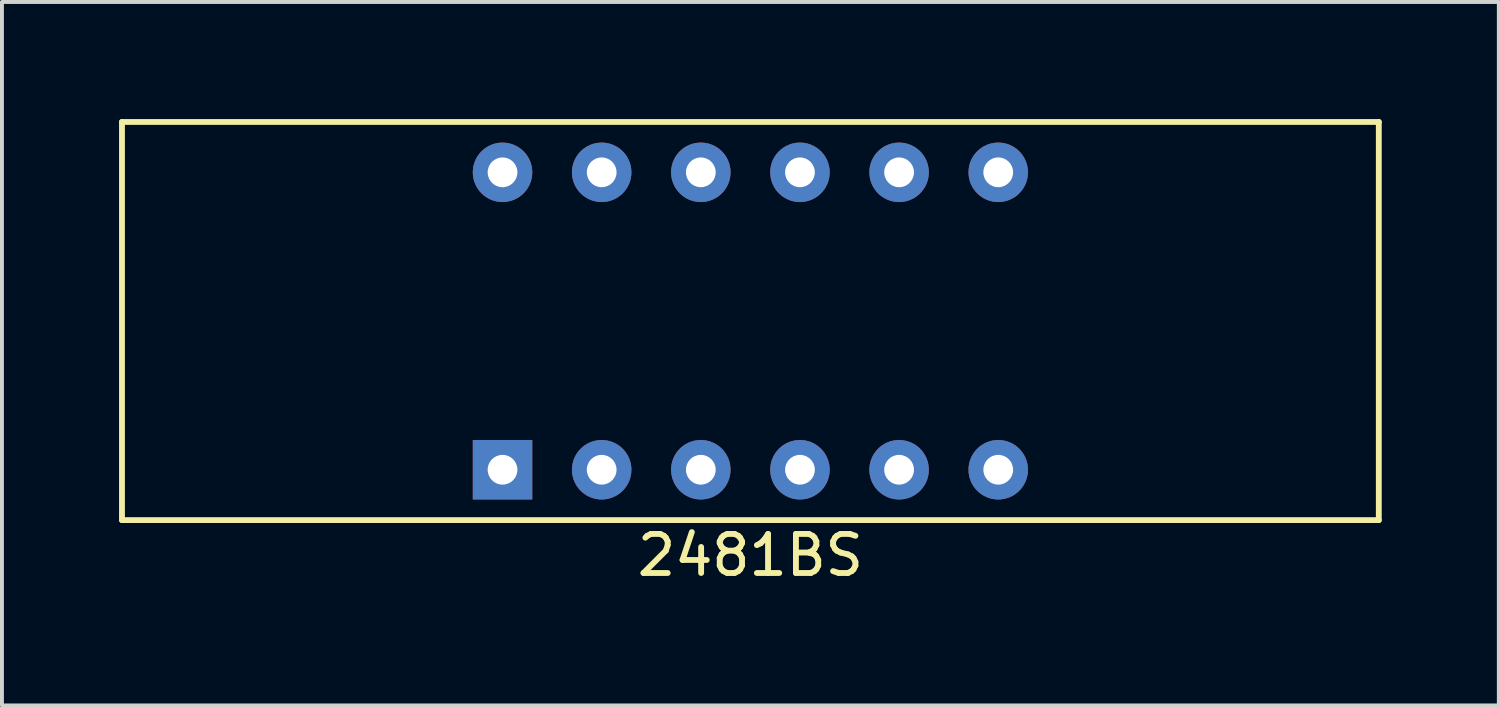
<source format=kicad_pcb>
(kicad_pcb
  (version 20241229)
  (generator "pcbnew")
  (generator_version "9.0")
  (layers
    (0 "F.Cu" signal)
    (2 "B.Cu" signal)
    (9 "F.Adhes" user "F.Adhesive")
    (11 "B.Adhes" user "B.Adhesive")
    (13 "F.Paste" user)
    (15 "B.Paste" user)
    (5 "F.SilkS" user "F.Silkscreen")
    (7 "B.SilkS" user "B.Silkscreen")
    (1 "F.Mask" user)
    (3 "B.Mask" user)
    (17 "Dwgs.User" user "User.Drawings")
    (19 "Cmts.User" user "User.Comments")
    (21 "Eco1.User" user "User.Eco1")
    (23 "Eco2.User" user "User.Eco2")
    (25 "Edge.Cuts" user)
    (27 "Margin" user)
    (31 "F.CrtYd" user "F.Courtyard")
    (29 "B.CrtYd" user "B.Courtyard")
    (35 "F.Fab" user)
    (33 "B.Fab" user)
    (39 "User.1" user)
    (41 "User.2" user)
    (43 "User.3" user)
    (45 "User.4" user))
  (footprint "2481BS"
    (layer "F.Cu")
    (at 16.175 5.175)
    (property "Reference" "2481BS" (at 0 6 0) (layer "F.SilkS") (effects (font (size 1 1) (thickness 0.15))))
    (attr through_hole)
    (fp_line (start -16.1 -5.1) (end -16.1 5.1) (stroke (width 0.15) (type solid)) (layer "F.SilkS"))
    (fp_line (start -16.1 5.1) (end 16.1 5.1) (stroke (width 0.15) (type solid)) (layer "F.SilkS"))
    (fp_line (start 16.1 -5.1) (end -16.1 -5.1) (stroke (width 0.15) (type solid)) (layer "F.SilkS"))
    (fp_line (start 16.1 5.1) (end 16.1 -5.1) (stroke (width 0.15) (type solid)) (layer "F.SilkS"))
    (pad "1" thru_hole rect (at -6.35 3.81) (size 1.524 1.524) (drill 0.762) (layers "*.Cu" "*.Mask"))
    (pad "2" thru_hole circle (at -3.81 3.81) (size 1.524 1.524) (drill 0.762) (layers "*.Cu" "*.Mask"))
    (pad "3" thru_hole circle (at -1.27 3.81) (size 1.524 1.524) (drill 0.762) (layers "*.Cu" "*.Mask"))
    (pad "4" thru_hole circle (at 1.27 3.81) (size 1.524 1.524) (drill 0.762) (layers "*.Cu" "*.Mask"))
    (pad "5" thru_hole circle (at 3.81 3.81) (size 1.524 1.524) (drill 0.762) (layers "*.Cu" "*.Mask"))
    (pad "6" thru_hole circle (at 6.35 3.81) (size 1.524 1.524) (drill 0.762) (layers "*.Cu" "*.Mask"))
    (pad "7" thru_hole circle (at 6.35 -3.81) (size 1.524 1.524) (drill 0.762) (layers "*.Cu" "*.Mask"))
    (pad "8" thru_hole circle (at 3.81 -3.81) (size 1.524 1.524) (drill 0.762) (layers "*.Cu" "*.Mask"))
    (pad "9" thru_hole circle (at 1.27 -3.81) (size 1.524 1.524) (drill 0.762) (layers "*.Cu" "*.Mask"))
    (pad "10" thru_hole circle (at -1.27 -3.81) (size 1.524 1.524) (drill 0.762) (layers "*.Cu" "*.Mask"))
    (pad "11" thru_hole circle (at -3.81 -3.81) (size 1.524 1.524) (drill 0.762) (layers "*.Cu" "*.Mask"))
    (pad "12" thru_hole circle (at -6.35 -3.81) (size 1.524 1.524) (drill 0.762) (layers "*.Cu" "*.Mask")))
  (gr_rect
    (start -3 -3)
    (end 35.35 15.023)
    (stroke (width 0.1) (type default))
    (fill no)
    (layer "Edge.Cuts")))
</source>
